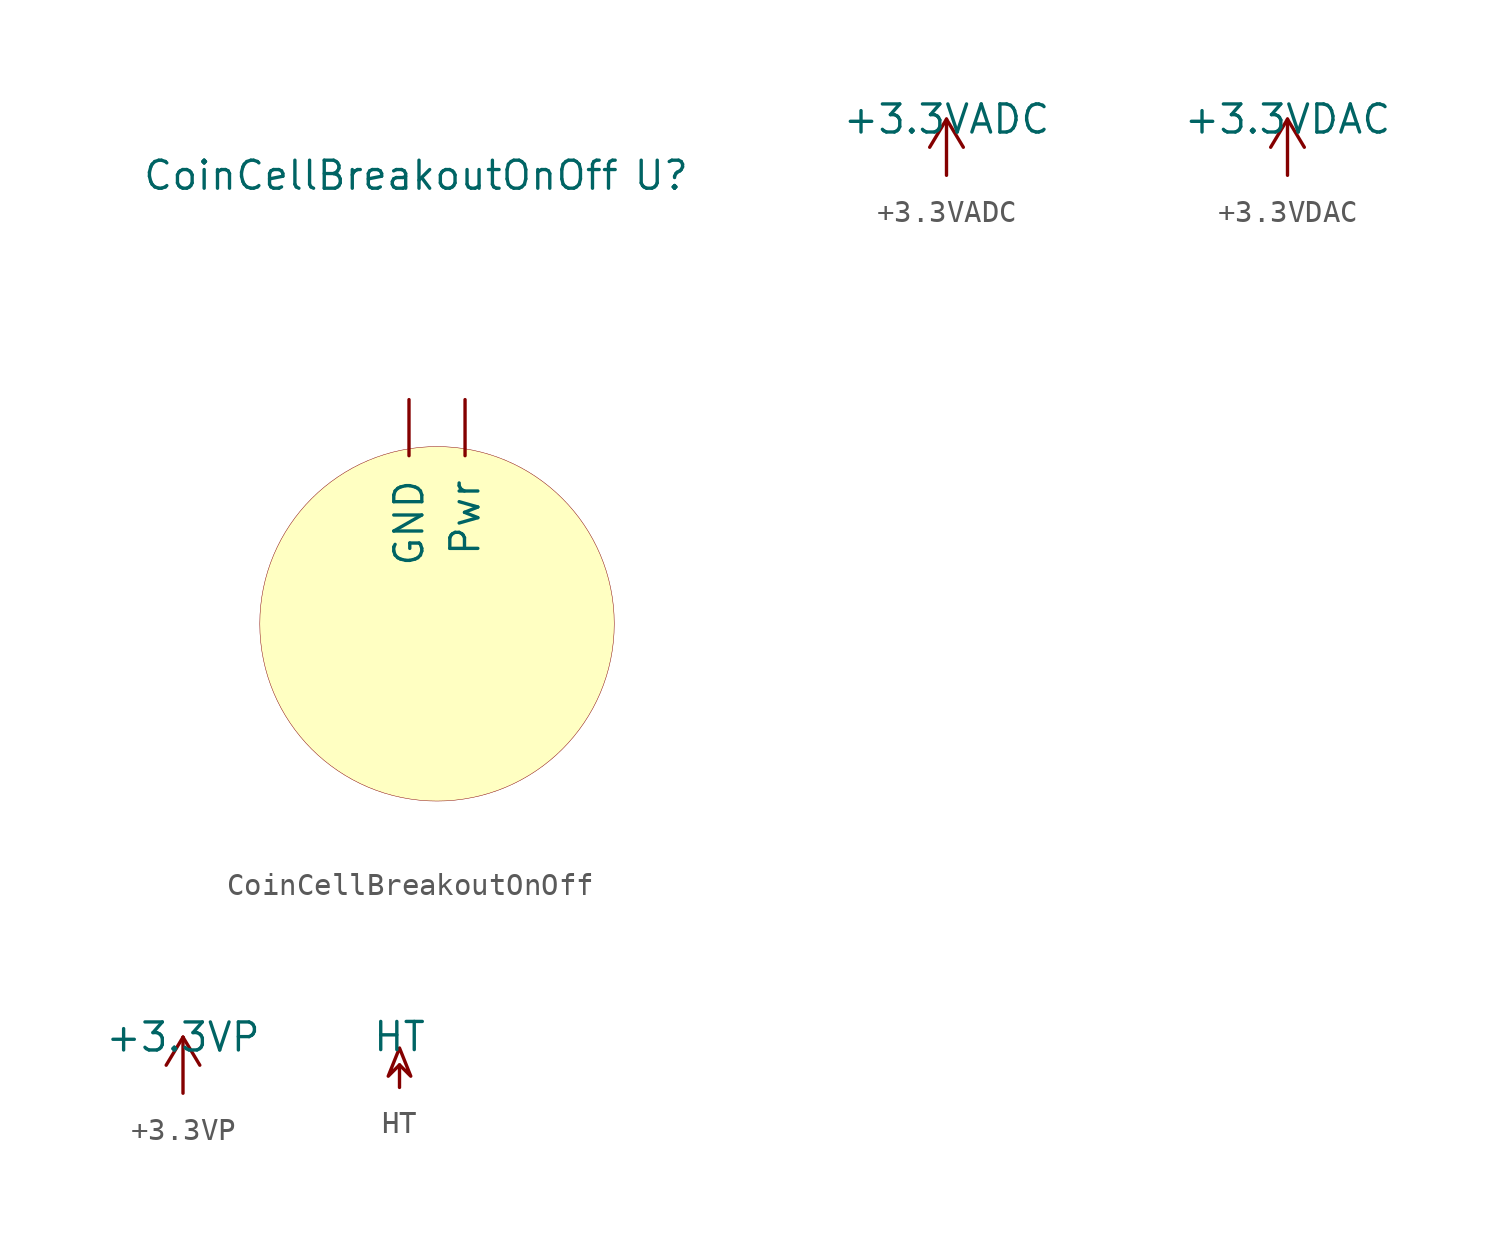
<source format=kicad_sym>
(kicad_symbol_lib
  (version 20200908)
  (generator kicad_symbol_editor)
  (symbol "mobile-tag-schematics:CoinCellBreakoutOnOff"
    (pin_names
      (offset 1.016))
    (property "Reference" "U"
      (at 10.16 12.7 0)
      (effects (font (size 1.27 1.27))))
    (property "Value" "CoinCellBreakoutOnOff"
      (at -2.54 12.7 0)
      (effects (font (size 1.27 1.27))))
    (symbol "CoinCellBreakoutOnOff_0_1"
      (circle (center 0 -7.62) (radius 8.032) (stroke (width 0.001)) (fill (type background))))
    (symbol "CoinCellBreakoutOnOff_1_1"
      (pin bidirectional line (at 1.27 2.54 270) (length 2.54) (name "Pwr" (effects (font (size 1.27 1.27)))) (number "" (effects (font (size 1.27 1.27)))))
      (pin bidirectional line (at -1.27 2.54 270) (length 2.54) (name "GND" (effects (font (size 1.27 1.27)))) (number "" (effects (font (size 1.27 1.27)))))))
  (symbol "power:+3.3VADC"
    (power)
    (pin_names
      (offset 0))
    (property "Reference" "#PWR"
      (at 3.81 -1.27 0)
      (effects (font (size 1.27 1.27)) hide))
    (property "Value" "+3.3VADC"
      (at 0 2.54 0)
      (effects (font (size 1.27 1.27))))
    (symbol "+3.3VADC_0_1"
      (polyline (pts (xy -0.762 1.27) (xy 0 2.54)) (stroke (width 0)) (fill (type none)))
      (polyline (pts (xy 0 0) (xy 0 2.54)) (stroke (width 0)) (fill (type none)))
      (polyline (pts (xy 0 2.54) (xy 0.762 1.27)) (stroke (width 0)) (fill (type none))))
    (symbol "+3.3VADC_0_0"
      (pin power_in line (at 0 0 90) (length 0) hide (name "+3.3VADC" (effects (font (size 1.27 1.27)))) (number "1" (effects (font (size 1.27 1.27)))))))
  (symbol "power:+3.3VDAC"
    (power)
    (pin_names
      (offset 0))
    (property "Reference" "#PWR"
      (at 3.81 -1.27 0)
      (effects (font (size 1.27 1.27)) hide))
    (property "Value" "+3.3VDAC"
      (at 0 2.54 0)
      (effects (font (size 1.27 1.27))))
    (symbol "+3.3VDAC_0_1"
      (polyline (pts (xy -0.762 1.27) (xy 0 2.54)) (stroke (width 0)) (fill (type none)))
      (polyline (pts (xy 0 0) (xy 0 2.54)) (stroke (width 0)) (fill (type none)))
      (polyline (pts (xy 0 2.54) (xy 0.762 1.27)) (stroke (width 0)) (fill (type none))))
    (symbol "+3.3VDAC_0_0"
      (pin power_in line (at 0 0 90) (length 0) hide (name "+3.3VDAC" (effects (font (size 1.27 1.27)))) (number "1" (effects (font (size 1.27 1.27)))))))
  (symbol "power:+3.3VP"
    (power)
    (pin_names
      (offset 0))
    (property "Reference" "#PWR"
      (at 3.81 -1.27 0)
      (effects (font (size 1.27 1.27)) hide))
    (property "Value" "+3.3VP"
      (at 0 2.54 0)
      (effects (font (size 1.27 1.27))))
    (symbol "+3.3VP_0_1"
      (polyline (pts (xy -0.762 1.27) (xy 0 2.54)) (stroke (width 0)) (fill (type none)))
      (polyline (pts (xy 0 0) (xy 0 2.54)) (stroke (width 0)) (fill (type none)))
      (polyline (pts (xy 0 2.54) (xy 0.762 1.27)) (stroke (width 0)) (fill (type none))))
    (symbol "+3.3VP_0_0"
      (pin power_in line (at 0 0 90) (length 0) hide (name "+3.3VP" (effects (font (size 1.27 1.27)))) (number "1" (effects (font (size 1.27 1.27)))))))
  (symbol "power:HT"
    (power)
    (pin_names
      (offset 0))
    (property "Reference" "#PWR"
      (at 0 3.048 0)
      (effects (font (size 1.27 1.27)) hide))
    (property "Value" "HT"
      (at 0 2.286 0)
      (effects (font (size 1.27 1.27))))
    (symbol "HT_0_1"
      (polyline (pts (xy 0 0) (xy 0 1.016) (xy 0 1.016)) (stroke (width 0)) (fill (type none)))
      (polyline (pts (xy 0 1.016) (xy 0.508 0.508) (xy 0 1.778) (xy -0.508 0.508) (xy 0 1.016) (xy 0 1.016)) (stroke (width 0)) (fill (type none))))
    (symbol "HT_0_0"
      (pin power_in line (at 0 0 90) (length 0) hide (name "HT" (effects (font (size 1.27 1.27)))) (number "1" (effects (font (size 1.27 1.27))))))))
</source>
